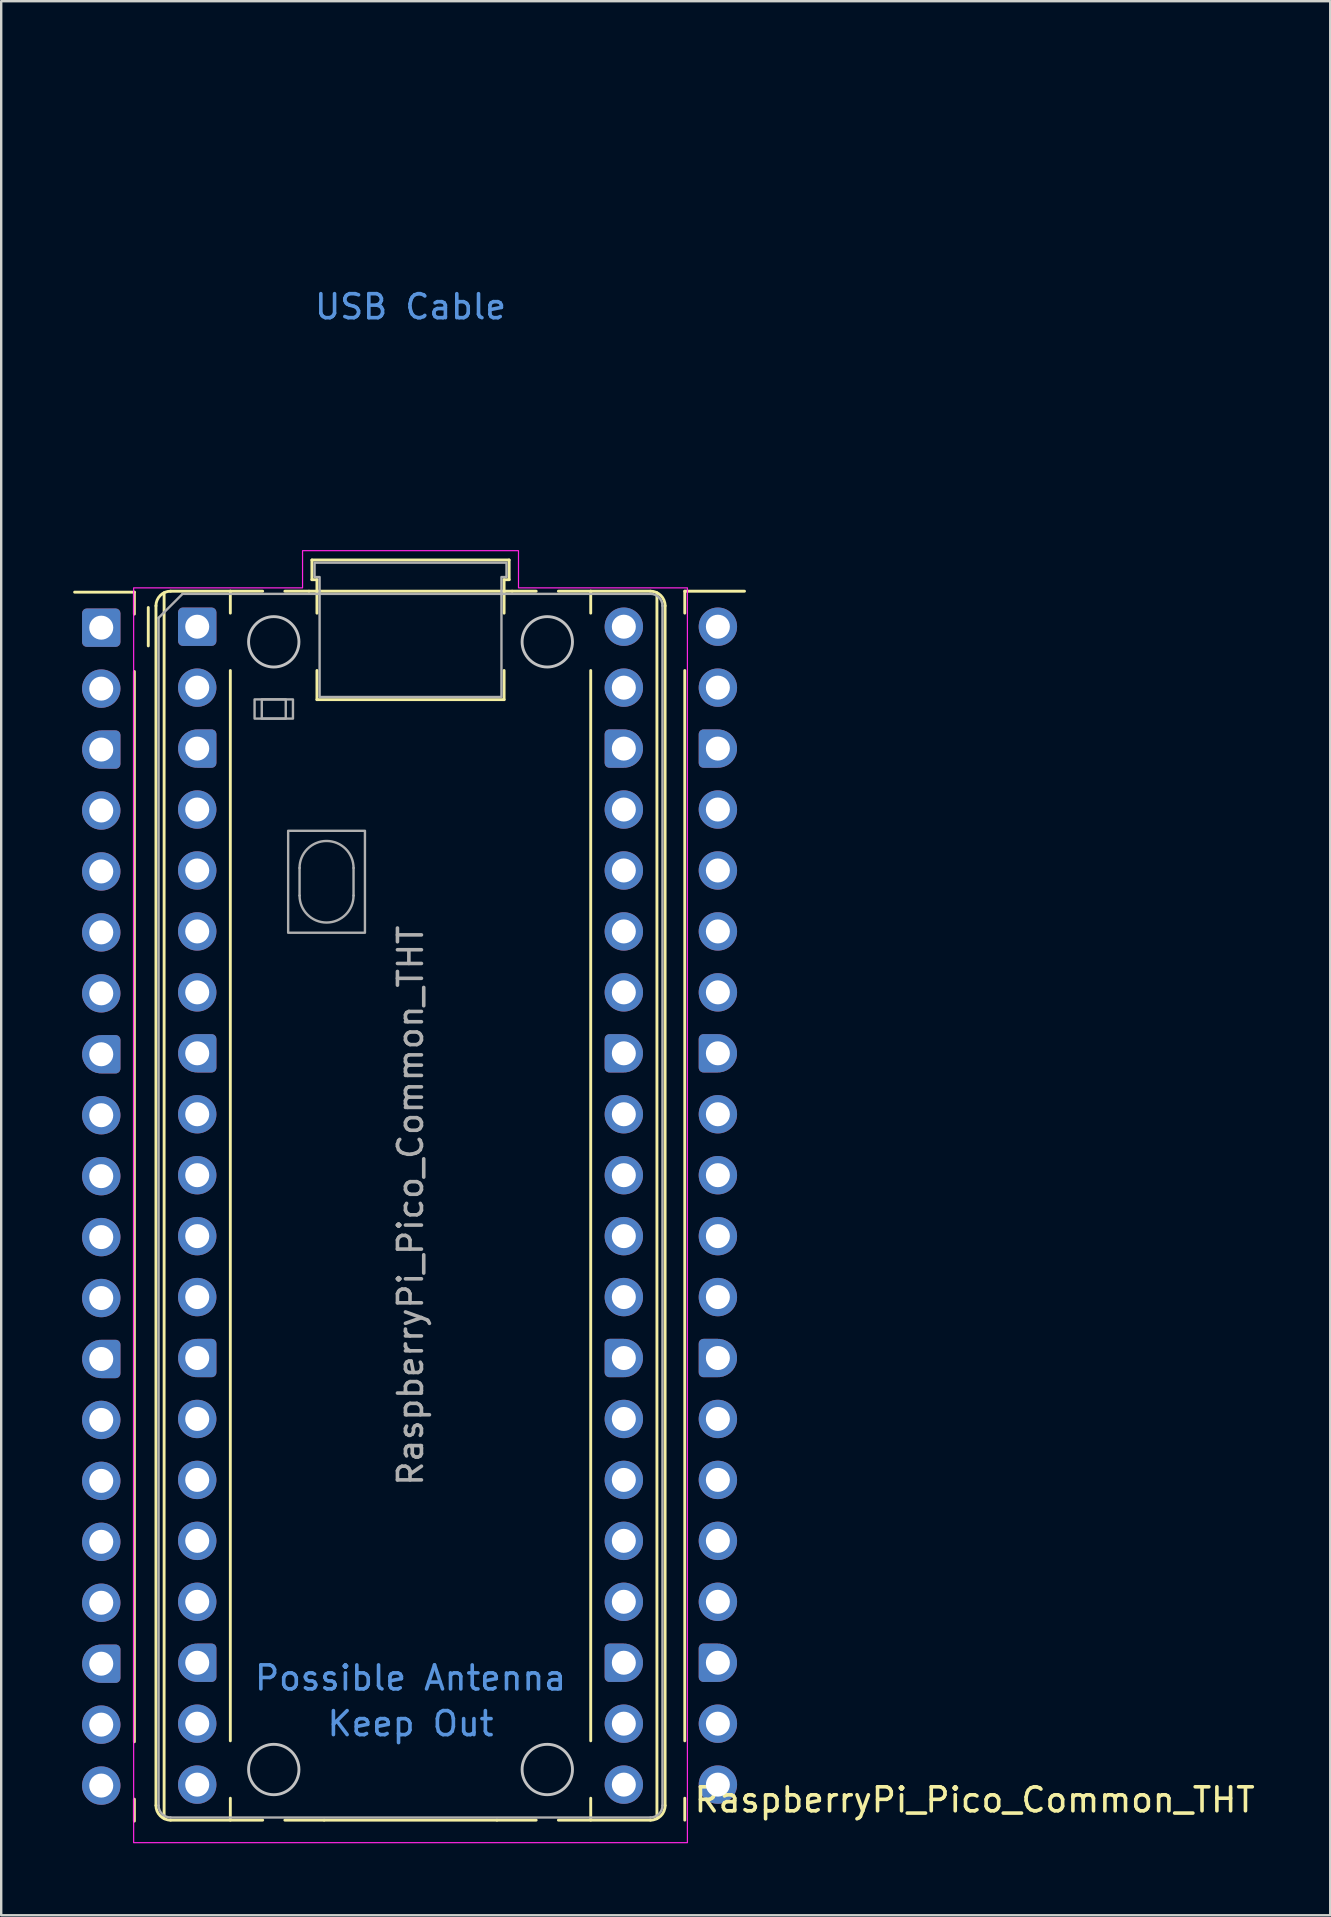
<source format=kicad_pcb>
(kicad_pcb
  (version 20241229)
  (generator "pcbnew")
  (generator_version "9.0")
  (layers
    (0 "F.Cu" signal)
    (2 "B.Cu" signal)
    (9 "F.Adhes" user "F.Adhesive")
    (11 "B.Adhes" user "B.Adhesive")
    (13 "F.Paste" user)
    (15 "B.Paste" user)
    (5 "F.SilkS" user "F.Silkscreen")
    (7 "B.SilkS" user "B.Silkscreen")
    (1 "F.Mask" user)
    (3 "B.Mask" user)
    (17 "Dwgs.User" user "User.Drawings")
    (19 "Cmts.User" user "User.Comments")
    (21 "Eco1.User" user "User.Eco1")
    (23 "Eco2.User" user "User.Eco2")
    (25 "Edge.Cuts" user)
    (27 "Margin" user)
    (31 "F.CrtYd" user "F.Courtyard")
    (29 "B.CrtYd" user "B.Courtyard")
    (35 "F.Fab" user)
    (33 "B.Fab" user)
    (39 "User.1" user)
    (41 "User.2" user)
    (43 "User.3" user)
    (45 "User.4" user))
  (footprint "RaspberryPi_Pico_Common_THT"
    (layer "F.Cu")
    (at 5.17 23.07)
    (property "Reference" "RaspberryPi_Pico_Common_THT" (at 20.637 48.895 0) (unlocked yes) (layer "F.SilkS") (effects (font (size 1 1) (thickness 0.15)) (justify left)))
    (attr through_hole)
    (fp_line (start -5.11 -1.44) (end -2.62 -1.44) (stroke (width 0.12) (type solid)) (layer "F.SilkS"))
    (fp_line (start -2.62 -1.44) (end -2.62 -0.526) (stroke (width 0.12) (type solid)) (layer "F.SilkS"))
    (fp_line (start -2.62 1.866) (end -2.62 46.474) (stroke (width 0.12) (type solid)) (layer "F.SilkS"))
    (fp_line (start -2.62 48.866) (end -2.62 49.78) (stroke (width 0.12) (type solid)) (layer "F.SilkS"))
    (fp_line (start -2.04 0.8) (end -2.04 -0.8) (stroke (width 0.12) (type solid)) (layer "F.SilkS"))
    (fp_line (start -1.72 -0.87) (end -1.72 49.13) (stroke (width 0.12) (type solid)) (layer "F.SilkS"))
    (fp_line (start -1.38 -1.417) (end -1.38 49.677) (stroke (width 0.12) (type solid)) (layer "F.SilkS"))
    (fp_line (start -1.11 -1.48) (end 1.38 -1.48) (stroke (width 0.12) (type solid)) (layer "F.SilkS"))
    (fp_line (start -1.11 49.74) (end 2.728 49.74) (stroke (width 0.12) (type solid)) (layer "F.SilkS"))
    (fp_line (start 1.38 -1.48) (end 1.38 -0.566) (stroke (width 0.12) (type solid)) (layer "F.SilkS"))
    (fp_line (start 1.38 -1.48) (end 2.728 -1.48) (stroke (width 0.12) (type solid)) (layer "F.SilkS"))
    (fp_line (start 1.38 1.826) (end 1.38 46.434) (stroke (width 0.12) (type solid)) (layer "F.SilkS"))
    (fp_line (start 1.38 48.826) (end 1.38 49.74) (stroke (width 0.12) (type solid)) (layer "F.SilkS"))
    (fp_line (start 3.652 -1.48) (end 4.655 -1.48) (stroke (width 0.12) (type solid)) (layer "F.SilkS"))
    (fp_line (start 4.655 -1.48) (end 13.125 -1.48) (stroke (width 0.12) (type solid)) (layer "F.SilkS"))
    (fp_line (start 4.78 -2.78) (end 4.78 -1.96) (stroke (width 0.12) (type solid)) (layer "F.SilkS"))
    (fp_line (start 4.78 -2.78) (end 13 -2.78) (stroke (width 0.12) (type solid)) (layer "F.SilkS"))
    (fp_line (start 4.78 -1.96) (end 4.99 -1.96) (stroke (width 0.12) (type solid)) (layer "F.SilkS"))
    (fp_line (start 4.99 -1.96) (end 4.99 -0.564) (stroke (width 0.12) (type solid)) (layer "F.SilkS"))
    (fp_line (start 4.99 1.824) (end 4.99 3.04) (stroke (width 0.12) (type solid)) (layer "F.SilkS"))
    (fp_line (start 5.29 49.74) (end 3.652 49.74) (stroke (width 0.12) (type solid)) (layer "F.SilkS"))
    (fp_line (start 12.49 49.74) (end 5.29 49.74) (stroke (width 0.12) (type solid)) (layer "F.SilkS"))
    (fp_line (start 12.79 -1.96) (end 12.79 -0.564) (stroke (width 0.12) (type solid)) (layer "F.SilkS"))
    (fp_line (start 12.79 1.824) (end 12.79 3.04) (stroke (width 0.12) (type solid)) (layer "F.SilkS"))
    (fp_line (start 12.79 3.04) (end 4.99 3.04) (stroke (width 0.12) (type solid)) (layer "F.SilkS"))
    (fp_line (start 13 -2.78) (end 13 -1.96) (stroke (width 0.12) (type solid)) (layer "F.SilkS"))
    (fp_line (start 13 -1.96) (end 12.79 -1.96) (stroke (width 0.12) (type solid)) (layer "F.SilkS"))
    (fp_line (start 13.125 -1.48) (end 14.128 -1.48) (stroke (width 0.12) (type solid)) (layer "F.SilkS"))
    (fp_line (start 14.128 49.74) (end 12.49 49.74) (stroke (width 0.12) (type solid)) (layer "F.SilkS"))
    (fp_line (start 15.052 -1.48) (end 16.4 -1.48) (stroke (width 0.12) (type solid)) (layer "F.SilkS"))
    (fp_line (start 15.052 49.74) (end 18.89 49.74) (stroke (width 0.12) (type solid)) (layer "F.SilkS"))
    (fp_line (start 16.4 -1.48) (end 16.4 -0.566) (stroke (width 0.12) (type solid)) (layer "F.SilkS"))
    (fp_line (start 16.4 1.826) (end 16.4 46.434) (stroke (width 0.12) (type solid)) (layer "F.SilkS"))
    (fp_line (start 16.4 48.826) (end 16.4 49.74) (stroke (width 0.12) (type solid)) (layer "F.SilkS"))
    (fp_line (start 18.89 -1.48) (end 16.4 -1.48) (stroke (width 0.12) (type solid)) (layer "F.SilkS"))
    (fp_line (start 19.16 49.677) (end 19.16 -1.417) (stroke (width 0.12) (type solid)) (layer "F.SilkS"))
    (fp_line (start 19.5 -0.87) (end 19.5 49.13) (stroke (width 0.12) (type solid)) (layer "F.SilkS"))
    (fp_line (start 20.32 -1.48) (end 20.32 -0.566) (stroke (width 0.12) (type solid)) (layer "F.SilkS"))
    (fp_line (start 20.32 1.826) (end 20.32 46.434) (stroke (width 0.12) (type solid)) (layer "F.SilkS"))
    (fp_line (start 20.32 48.826) (end 20.32 49.74) (stroke (width 0.12) (type solid)) (layer "F.SilkS"))
    (fp_line (start 22.81 -1.48) (end 20.32 -1.48) (stroke (width 0.12) (type solid)) (layer "F.SilkS"))
    (fp_arc (start -1.72 -0.87) (mid -1.541335 -1.301335) (end -1.11 -1.48) (stroke (width 0.12) (type solid)) (layer "F.SilkS"))
    (fp_arc (start -1.11 49.74) (mid -1.541364 49.561364) (end -1.72 49.13) (stroke (width 0.12) (type solid)) (layer "F.SilkS"))
    (fp_arc (start 18.89 -1.48) (mid 19.321335 -1.301335) (end 19.5 -0.87) (stroke (width 0.12) (type solid)) (layer "F.SilkS"))
    (fp_arc (start 19.5 49.13) (mid 19.321335 49.561335) (end 18.89 49.74) (stroke (width 0.12) (type solid)) (layer "F.SilkS"))
    (fp_circle (center 3.19 0.63) (end 4.24 0.63) (stroke (width 0.12) (type solid)) (fill no) (layer "Dwgs.User"))
    (fp_circle (center 3.19 47.63) (end 4.24 47.63) (stroke (width 0.12) (type solid)) (fill no) (layer "Dwgs.User"))
    (fp_circle (center 14.59 0.63) (end 15.64 0.63) (stroke (width 0.12) (type solid)) (fill no) (layer "Dwgs.User"))
    (fp_circle (center 14.59 47.63) (end 15.64 47.63) (stroke (width 0.12) (type solid)) (fill no) (layer "Dwgs.User"))
    (fp_poly (pts (xy 4.39 -3.17) (xy 13.39 -3.17) (xy 13.39 -1.62) (xy 20.43 -1.62) (xy 20.43 50.68) (xy -2.65 50.68) (xy -2.65 -1.62) (xy 4.39 -1.62)) (stroke (width 0.05) (type solid)) (fill no) (layer "F.CrtYd"))
    (fp_line (start -1.61 -0.37) (end -0.61 -1.37) (stroke (width 0.1) (type solid)) (layer "F.Fab"))
    (fp_line (start -1.61 49.13) (end -1.61 -0.37) (stroke (width 0.1) (type solid)) (layer "F.Fab"))
    (fp_line (start -0.61 -1.37) (end 18.89 -1.37) (stroke (width 0.1) (type solid)) (layer "F.Fab"))
    (fp_line (start 4.265 10.055) (end 4.265 11.205) (stroke (width 0.1) (type solid)) (layer "F.Fab"))
    (fp_line (start 6.515 10.055) (end 6.515 11.205) (stroke (width 0.1) (type solid)) (layer "F.Fab"))
    (fp_line (start 18.89 49.63) (end -1.11 49.63) (stroke (width 0.1) (type solid)) (layer "F.Fab"))
    (fp_line (start 19.39 -0.87) (end 19.39 49.13) (stroke (width 0.1) (type solid)) (layer "F.Fab"))
    (fp_rect (start 2.39 3.03) (end 3.99 3.83) (stroke (width 0.1) (type solid)) (fill no) (layer "F.Fab"))
    (fp_rect (start 2.69 3.03) (end 3.69 3.83) (stroke (width 0.1) (type solid)) (fill no) (layer "F.Fab"))
    (fp_rect (start 3.79 8.505) (end 6.99 12.755) (stroke (width 0.1) (type solid)) (fill no) (layer "F.Fab"))
    (fp_arc (start -1.11 49.63) (mid -1.463553 49.483553) (end -1.61 49.13) (stroke (width 0.1) (type solid)) (layer "F.Fab"))
    (fp_arc (start 4.265 10.055) (mid 5.39 8.93) (end 6.515 10.055) (stroke (width 0.1) (type solid)) (layer "F.Fab"))
    (fp_arc (start 6.515 11.205) (mid 5.39 12.33) (end 4.265 11.205) (stroke (width 0.1) (type solid)) (layer "F.Fab"))
    (fp_arc (start 18.89 -1.37) (mid 19.243553 -1.223553) (end 19.39 -0.87) (stroke (width 0.1) (type solid)) (layer "F.Fab"))
    (fp_arc (start 19.39 49.13) (mid 19.243553 49.483553) (end 18.89 49.63) (stroke (width 0.1) (type solid)) (layer "F.Fab"))
    (fp_poly (pts (xy 12.68 2.93) (xy 12.68 -2.07) (xy 12.89 -2.07) (xy 12.89 -2.67) (xy 4.89 -2.67) (xy 4.89 -2.07) (xy 5.1 -2.07) (xy 5.1 2.93)) (stroke (width 0.1) (type solid)) (fill no) (layer "F.Fab"))
    (fp_text user "Possible Antenna" (at 8.89 43.815 0) (unlocked yes) (layer "Cmts.User") (effects (font (size 1 1) (thickness 0.15))))
    (fp_text user "USB Cable" (at 8.89 -13.335 0) (unlocked yes) (layer "Cmts.User") (effects (font (size 1 1) (thickness 0.15))))
    (fp_text user "Keep Out" (at 8.89 45.72 0) (unlocked yes) (layer "Cmts.User") (effects (font (size 1 1) (thickness 0.15))))
    (fp_text user "${REFERENCE}" (at 8.89 24.13 90) (layer "F.Fab") (effects (font (size 1 1) (thickness 0.15))))
    (pad "1" thru_hole roundrect (at -4 0.04) (size 1.6 1.6) (drill 1) (layers "*.Cu" "*.Mask") (roundrect_rratio 0.125))
    (pad "1" thru_hole roundrect (at 0 0) (size 1.6 1.6) (drill 1) (layers "*.Cu" "*.Mask") (roundrect_rratio 0.125))
    (pad "2" thru_hole circle (at -4 2.58) (size 1.6 1.6) (drill 1) (layers "*.Cu" "*.Mask"))
    (pad "2" thru_hole circle (at 0 2.54) (size 1.6 1.6) (drill 1) (layers "*.Cu" "*.Mask"))
    (pad "3" thru_hole custom (at -4 5.12) (size 1.6 1.6) (drill 1) (layers "*.Cu" "*.Mask") (options (anchor circle)) (primitives (gr_poly (pts (xy 0.8 0.6) (xy 0.8 -0.6) (xy 0.6 -0.8) (xy 0 -0.8) (xy 0 0.8) (xy 0.6 0.8)) (width 0) (fill yes)) (gr_circle (center 0.6 0.6) (end 0.8 0.6) (width 0) (fill yes)) (gr_circle (center 0.6 -0.6) (end 0.8 -0.6) (width 0) (fill yes))))
    (pad "3" thru_hole custom (at 0 5.08) (size 1.6 1.6) (drill 1) (layers "*.Cu" "*.Mask") (options (anchor circle)) (primitives (gr_poly (pts (xy 0.8 0.6) (xy 0.8 -0.6) (xy 0.6 -0.8) (xy 0 -0.8) (xy 0 0.8) (xy 0.6 0.8)) (width 0) (fill yes)) (gr_circle (center 0.6 0.6) (end 0.8 0.6) (width 0) (fill yes)) (gr_circle (center 0.6 -0.6) (end 0.8 -0.6) (width 0) (fill yes))))
    (pad "4" thru_hole circle (at -4 7.66) (size 1.6 1.6) (drill 1) (layers "*.Cu" "*.Mask"))
    (pad "4" thru_hole circle (at 0 7.62) (size 1.6 1.6) (drill 1) (layers "*.Cu" "*.Mask"))
    (pad "5" thru_hole circle (at -4 10.2) (size 1.6 1.6) (drill 1) (layers "*.Cu" "*.Mask"))
    (pad "5" thru_hole circle (at 0 10.16) (size 1.6 1.6) (drill 1) (layers "*.Cu" "*.Mask"))
    (pad "6" thru_hole circle (at -4 12.74) (size 1.6 1.6) (drill 1) (layers "*.Cu" "*.Mask"))
    (pad "6" thru_hole circle (at 0 12.7) (size 1.6 1.6) (drill 1) (layers "*.Cu" "*.Mask"))
    (pad "7" thru_hole circle (at -4 15.28) (size 1.6 1.6) (drill 1) (layers "*.Cu" "*.Mask"))
    (pad "7" thru_hole circle (at 0 15.24) (size 1.6 1.6) (drill 1) (layers "*.Cu" "*.Mask"))
    (pad "8" thru_hole custom (at -4 17.82) (size 1.6 1.6) (drill 1) (layers "*.Cu" "*.Mask") (options (anchor circle)) (primitives (gr_poly (pts (xy 0.8 0.6) (xy 0.8 -0.6) (xy 0.6 -0.8) (xy 0 -0.8) (xy 0 0.8) (xy 0.6 0.8)) (width 0) (fill yes)) (gr_circle (center 0.6 0.6) (end 0.8 0.6) (width 0) (fill yes)) (gr_circle (center 0.6 -0.6) (end 0.8 -0.6) (width 0) (fill yes))))
    (pad "8" thru_hole custom (at 0 17.78) (size 1.6 1.6) (drill 1) (layers "*.Cu" "*.Mask") (options (anchor circle)) (primitives (gr_poly (pts (xy 0.8 0.6) (xy 0.8 -0.6) (xy 0.6 -0.8) (xy 0 -0.8) (xy 0 0.8) (xy 0.6 0.8)) (width 0) (fill yes)) (gr_circle (center 0.6 0.6) (end 0.8 0.6) (width 0) (fill yes)) (gr_circle (center 0.6 -0.6) (end 0.8 -0.6) (width 0) (fill yes))))
    (pad "9" thru_hole circle (at -4 20.36) (size 1.6 1.6) (drill 1) (layers "*.Cu" "*.Mask"))
    (pad "9" thru_hole circle (at 0 20.32) (size 1.6 1.6) (drill 1) (layers "*.Cu" "*.Mask"))
    (pad "10" thru_hole circle (at -4 22.9) (size 1.6 1.6) (drill 1) (layers "*.Cu" "*.Mask"))
    (pad "10" thru_hole circle (at 0 22.86) (size 1.6 1.6) (drill 1) (layers "*.Cu" "*.Mask"))
    (pad "11" thru_hole circle (at -4 25.44) (size 1.6 1.6) (drill 1) (layers "*.Cu" "*.Mask"))
    (pad "11" thru_hole circle (at 0 25.4) (size 1.6 1.6) (drill 1) (layers "*.Cu" "*.Mask"))
    (pad "12" thru_hole circle (at -4 27.98) (size 1.6 1.6) (drill 1) (layers "*.Cu" "*.Mask"))
    (pad "12" thru_hole circle (at 0 27.94) (size 1.6 1.6) (drill 1) (layers "*.Cu" "*.Mask"))
    (pad "13" thru_hole custom (at -4 30.52) (size 1.6 1.6) (drill 1) (layers "*.Cu" "*.Mask") (options (anchor circle)) (primitives (gr_poly (pts (xy 0.8 0.6) (xy 0.8 -0.6) (xy 0.6 -0.8) (xy 0 -0.8) (xy 0 0.8) (xy 0.6 0.8)) (width 0) (fill yes)) (gr_circle (center 0.6 0.6) (end 0.8 0.6) (width 0) (fill yes)) (gr_circle (center 0.6 -0.6) (end 0.8 -0.6) (width 0) (fill yes))))
    (pad "13" thru_hole custom (at 0 30.48) (size 1.6 1.6) (drill 1) (layers "*.Cu" "*.Mask") (options (anchor circle)) (primitives (gr_poly (pts (xy 0.8 0.6) (xy 0.8 -0.6) (xy 0.6 -0.8) (xy 0 -0.8) (xy 0 0.8) (xy 0.6 0.8)) (width 0) (fill yes)) (gr_circle (center 0.6 0.6) (end 0.8 0.6) (width 0) (fill yes)) (gr_circle (center 0.6 -0.6) (end 0.8 -0.6) (width 0) (fill yes))))
    (pad "14" thru_hole circle (at -4 33.06) (size 1.6 1.6) (drill 1) (layers "*.Cu" "*.Mask"))
    (pad "14" thru_hole circle (at 0 33.02) (size 1.6 1.6) (drill 1) (layers "*.Cu" "*.Mask"))
    (pad "15" thru_hole circle (at -4 35.6) (size 1.6 1.6) (drill 1) (layers "*.Cu" "*.Mask"))
    (pad "15" thru_hole circle (at 0 35.56) (size 1.6 1.6) (drill 1) (layers "*.Cu" "*.Mask"))
    (pad "16" thru_hole circle (at -4 38.14) (size 1.6 1.6) (drill 1) (layers "*.Cu" "*.Mask"))
    (pad "16" thru_hole circle (at 0 38.1) (size 1.6 1.6) (drill 1) (layers "*.Cu" "*.Mask"))
    (pad "17" thru_hole circle (at -4 40.68) (size 1.6 1.6) (drill 1) (layers "*.Cu" "*.Mask"))
    (pad "17" thru_hole circle (at 0 40.64) (size 1.6 1.6) (drill 1) (layers "*.Cu" "*.Mask"))
    (pad "18" thru_hole custom (at -4 43.22) (size 1.6 1.6) (drill 1) (layers "*.Cu" "*.Mask") (options (anchor circle)) (primitives (gr_poly (pts (xy 0.8 0.6) (xy 0.8 -0.6) (xy 0.6 -0.8) (xy 0 -0.8) (xy 0 0.8) (xy 0.6 0.8)) (width 0) (fill yes)) (gr_circle (center 0.6 0.6) (end 0.8 0.6) (width 0) (fill yes)) (gr_circle (center 0.6 -0.6) (end 0.8 -0.6) (width 0) (fill yes))))
    (pad "18" thru_hole custom (at 0 43.18) (size 1.6 1.6) (drill 1) (layers "*.Cu" "*.Mask") (options (anchor circle)) (primitives (gr_poly (pts (xy 0.8 0.6) (xy 0.8 -0.6) (xy 0.6 -0.8) (xy 0 -0.8) (xy 0 0.8) (xy 0.6 0.8)) (width 0) (fill yes)) (gr_circle (center 0.6 0.6) (end 0.8 0.6) (width 0) (fill yes)) (gr_circle (center 0.6 -0.6) (end 0.8 -0.6) (width 0) (fill yes))))
    (pad "19" thru_hole circle (at -4 45.76) (size 1.6 1.6) (drill 1) (layers "*.Cu" "*.Mask"))
    (pad "19" thru_hole circle (at 0 45.72) (size 1.6 1.6) (drill 1) (layers "*.Cu" "*.Mask"))
    (pad "20" thru_hole circle (at -4 48.3) (size 1.6 1.6) (drill 1) (layers "*.Cu" "*.Mask"))
    (pad "20" thru_hole circle (at 0 48.26) (size 1.6 1.6) (drill 1) (layers "*.Cu" "*.Mask"))
    (pad "21" thru_hole circle (at 17.78 48.26) (size 1.6 1.6) (drill 1) (layers "*.Cu" "*.Mask"))
    (pad "21" thru_hole circle (at 21.7 48.26) (size 1.6 1.6) (drill 1) (layers "*.Cu" "*.Mask"))
    (pad "22" thru_hole circle (at 17.78 45.72) (size 1.6 1.6) (drill 1) (layers "*.Cu" "*.Mask"))
    (pad "22" thru_hole circle (at 21.7 45.72) (size 1.6 1.6) (drill 1) (layers "*.Cu" "*.Mask"))
    (pad "23" thru_hole custom (at 17.78 43.18) (size 1.6 1.6) (drill 1) (layers "*.Cu" "*.Mask") (options (anchor circle)) (primitives (gr_poly (pts (xy -0.8 0.6) (xy -0.8 -0.6) (xy -0.6 -0.8) (xy 0 -0.8) (xy 0 0.8) (xy -0.6 0.8)) (width 0) (fill yes)) (gr_circle (center -0.6 0.6) (end -0.4 0.6) (width 0) (fill yes)) (gr_circle (center -0.6 -0.6) (end -0.4 -0.6) (width 0) (fill yes))))
    (pad "23" thru_hole custom (at 21.7 43.18) (size 1.6 1.6) (drill 1) (layers "*.Cu" "*.Mask") (options (anchor circle)) (primitives (gr_poly (pts (xy -0.8 0.6) (xy -0.8 -0.6) (xy -0.6 -0.8) (xy 0 -0.8) (xy 0 0.8) (xy -0.6 0.8)) (width 0) (fill yes)) (gr_circle (center -0.6 0.6) (end -0.4 0.6) (width 0) (fill yes)) (gr_circle (center -0.6 -0.6) (end -0.4 -0.6) (width 0) (fill yes))))
    (pad "24" thru_hole circle (at 17.78 40.64) (size 1.6 1.6) (drill 1) (layers "*.Cu" "*.Mask"))
    (pad "24" thru_hole circle (at 21.7 40.64) (size 1.6 1.6) (drill 1) (layers "*.Cu" "*.Mask"))
    (pad "25" thru_hole circle (at 17.78 38.1) (size 1.6 1.6) (drill 1) (layers "*.Cu" "*.Mask"))
    (pad "25" thru_hole circle (at 21.7 38.1) (size 1.6 1.6) (drill 1) (layers "*.Cu" "*.Mask"))
    (pad "26" thru_hole circle (at 17.78 35.56) (size 1.6 1.6) (drill 1) (layers "*.Cu" "*.Mask"))
    (pad "26" thru_hole circle (at 21.7 35.56) (size 1.6 1.6) (drill 1) (layers "*.Cu" "*.Mask"))
    (pad "27" thru_hole circle (at 17.78 33.02) (size 1.6 1.6) (drill 1) (layers "*.Cu" "*.Mask"))
    (pad "27" thru_hole circle (at 21.7 33.02) (size 1.6 1.6) (drill 1) (layers "*.Cu" "*.Mask"))
    (pad "28" thru_hole custom (at 17.78 30.48) (size 1.6 1.6) (drill 1) (layers "*.Cu" "*.Mask") (options (anchor circle)) (primitives (gr_poly (pts (xy -0.8 0.6) (xy -0.8 -0.6) (xy -0.6 -0.8) (xy 0 -0.8) (xy 0 0.8) (xy -0.6 0.8)) (width 0) (fill yes)) (gr_circle (center -0.6 0.6) (end -0.4 0.6) (width 0) (fill yes)) (gr_circle (center -0.6 -0.6) (end -0.4 -0.6) (width 0) (fill yes))))
    (pad "28" thru_hole custom (at 21.7 30.48) (size 1.6 1.6) (drill 1) (layers "*.Cu" "*.Mask") (options (anchor circle)) (primitives (gr_poly (pts (xy -0.8 0.6) (xy -0.8 -0.6) (xy -0.6 -0.8) (xy 0 -0.8) (xy 0 0.8) (xy -0.6 0.8)) (width 0) (fill yes)) (gr_circle (center -0.6 0.6) (end -0.4 0.6) (width 0) (fill yes)) (gr_circle (center -0.6 -0.6) (end -0.4 -0.6) (width 0) (fill yes))))
    (pad "29" thru_hole circle (at 17.78 27.94) (size 1.6 1.6) (drill 1) (layers "*.Cu" "*.Mask"))
    (pad "29" thru_hole circle (at 21.7 27.94) (size 1.6 1.6) (drill 1) (layers "*.Cu" "*.Mask"))
    (pad "30" thru_hole circle (at 17.78 25.4) (size 1.6 1.6) (drill 1) (layers "*.Cu" "*.Mask"))
    (pad "30" thru_hole circle (at 21.7 25.4) (size 1.6 1.6) (drill 1) (layers "*.Cu" "*.Mask"))
    (pad "31" thru_hole circle (at 17.78 22.86) (size 1.6 1.6) (drill 1) (layers "*.Cu" "*.Mask"))
    (pad "31" thru_hole circle (at 21.7 22.86) (size 1.6 1.6) (drill 1) (layers "*.Cu" "*.Mask"))
    (pad "32" thru_hole circle (at 17.78 20.32) (size 1.6 1.6) (drill 1) (layers "*.Cu" "*.Mask"))
    (pad "32" thru_hole circle (at 21.7 20.32) (size 1.6 1.6) (drill 1) (layers "*.Cu" "*.Mask"))
    (pad "33" thru_hole custom (at 17.78 17.78) (size 1.6 1.6) (drill 1) (layers "*.Cu" "*.Mask") (options (anchor circle)) (primitives (gr_poly (pts (xy -0.8 0.6) (xy -0.8 -0.6) (xy -0.6 -0.8) (xy 0 -0.8) (xy 0 0.8) (xy -0.6 0.8)) (width 0) (fill yes)) (gr_circle (center -0.6 0.6) (end -0.4 0.6) (width 0) (fill yes)) (gr_circle (center -0.6 -0.6) (end -0.4 -0.6) (width 0) (fill yes))))
    (pad "33" thru_hole custom (at 21.7 17.78) (size 1.6 1.6) (drill 1) (layers "*.Cu" "*.Mask") (options (anchor circle)) (primitives (gr_poly (pts (xy -0.8 0.6) (xy -0.8 -0.6) (xy -0.6 -0.8) (xy 0 -0.8) (xy 0 0.8) (xy -0.6 0.8)) (width 0) (fill yes)) (gr_circle (center -0.6 0.6) (end -0.4 0.6) (width 0) (fill yes)) (gr_circle (center -0.6 -0.6) (end -0.4 -0.6) (width 0) (fill yes))))
    (pad "34" thru_hole circle (at 17.78 15.24) (size 1.6 1.6) (drill 1) (layers "*.Cu" "*.Mask"))
    (pad "34" thru_hole circle (at 21.7 15.24) (size 1.6 1.6) (drill 1) (layers "*.Cu" "*.Mask"))
    (pad "35" thru_hole circle (at 17.78 12.7) (size 1.6 1.6) (drill 1) (layers "*.Cu" "*.Mask"))
    (pad "35" thru_hole circle (at 21.7 12.7) (size 1.6 1.6) (drill 1) (layers "*.Cu" "*.Mask"))
    (pad "36" thru_hole circle (at 17.78 10.16) (size 1.6 1.6) (drill 1) (layers "*.Cu" "*.Mask"))
    (pad "36" thru_hole circle (at 21.7 10.16) (size 1.6 1.6) (drill 1) (layers "*.Cu" "*.Mask"))
    (pad "37" thru_hole circle (at 17.78 7.62) (size 1.6 1.6) (drill 1) (layers "*.Cu" "*.Mask"))
    (pad "37" thru_hole circle (at 21.7 7.62) (size 1.6 1.6) (drill 1) (layers "*.Cu" "*.Mask"))
    (pad "38" thru_hole custom (at 17.78 5.08) (size 1.6 1.6) (drill 1) (layers "*.Cu" "*.Mask") (options (anchor circle)) (primitives (gr_poly (pts (xy -0.8 0.6) (xy -0.8 -0.6) (xy -0.6 -0.8) (xy 0 -0.8) (xy 0 0.8) (xy -0.6 0.8)) (width 0) (fill yes)) (gr_circle (center -0.6 0.6) (end -0.4 0.6) (width 0) (fill yes)) (gr_circle (center -0.6 -0.6) (end -0.4 -0.6) (width 0) (fill yes))))
    (pad "38" thru_hole custom (at 21.7 5.08) (size 1.6 1.6) (drill 1) (layers "*.Cu" "*.Mask") (options (anchor circle)) (primitives (gr_poly (pts (xy -0.8 0.6) (xy -0.8 -0.6) (xy -0.6 -0.8) (xy 0 -0.8) (xy 0 0.8) (xy -0.6 0.8)) (width 0) (fill yes)) (gr_circle (center -0.6 0.6) (end -0.4 0.6) (width 0) (fill yes)) (gr_circle (center -0.6 -0.6) (end -0.4 -0.6) (width 0) (fill yes))))
    (pad "39" thru_hole circle (at 17.78 2.54) (size 1.6 1.6) (drill 1) (layers "*.Cu" "*.Mask"))
    (pad "39" thru_hole circle (at 21.7 2.54) (size 1.6 1.6) (drill 1) (layers "*.Cu" "*.Mask"))
    (pad "40" thru_hole circle (at 17.78 0) (size 1.6 1.6) (drill 1) (layers "*.Cu" "*.Mask"))
    (pad "40" thru_hole circle (at 21.7 0) (size 1.6 1.6) (drill 1) (layers "*.Cu" "*.Mask"))
    (zone (net_name "") (layers "F.Cu" "B.Cu" "F.Paste" "B.Paste") (name "Antenna Copper Keep Out") (hatch full 0.5) (connect_pads) (min_thickness 0.254) (filled_areas_thickness no) (keepout (tracks not_allowed) (vias not_allowed) (pads not_allowed) (copperpour not_allowed) (footprints allowed)) (placement (enabled no)) (fill) (polygon (pts (xy 11.66 72.19) (xy 6.96 68.54) (xy 6.96 64.2) (xy 21.16 64.2) (xy 21.16 68.54) (xy 16.46 72.19) (xy 16.46 73.2) (xy 11.66 73.2))))
    (zone (net_name "") (layer "F.CrtYd") (name "USB Cable") (hatch edge 0.5) (connect_pads) (min_thickness 0.254) (filled_areas_thickness no) (keepout (tracks allowed) (vias allowed) (pads allowed) (copperpour allowed) (footprints allowed)) (placement (enabled no)) (fill) (polygon (pts (xy 8.31 19.5) (xy 10.12 19.5) (xy 10.12 19.9) (xy 18 19.9) (xy 18 19.5) (xy 19.81 19.5) (xy 19.81 0) (xy 8.31 0)))))
  (gr_rect
    (start -3 -3)
    (end 52.391 76.775)
    (stroke (width 0.1) (type default))
    (fill no)
    (layer "Edge.Cuts")))
</source>
